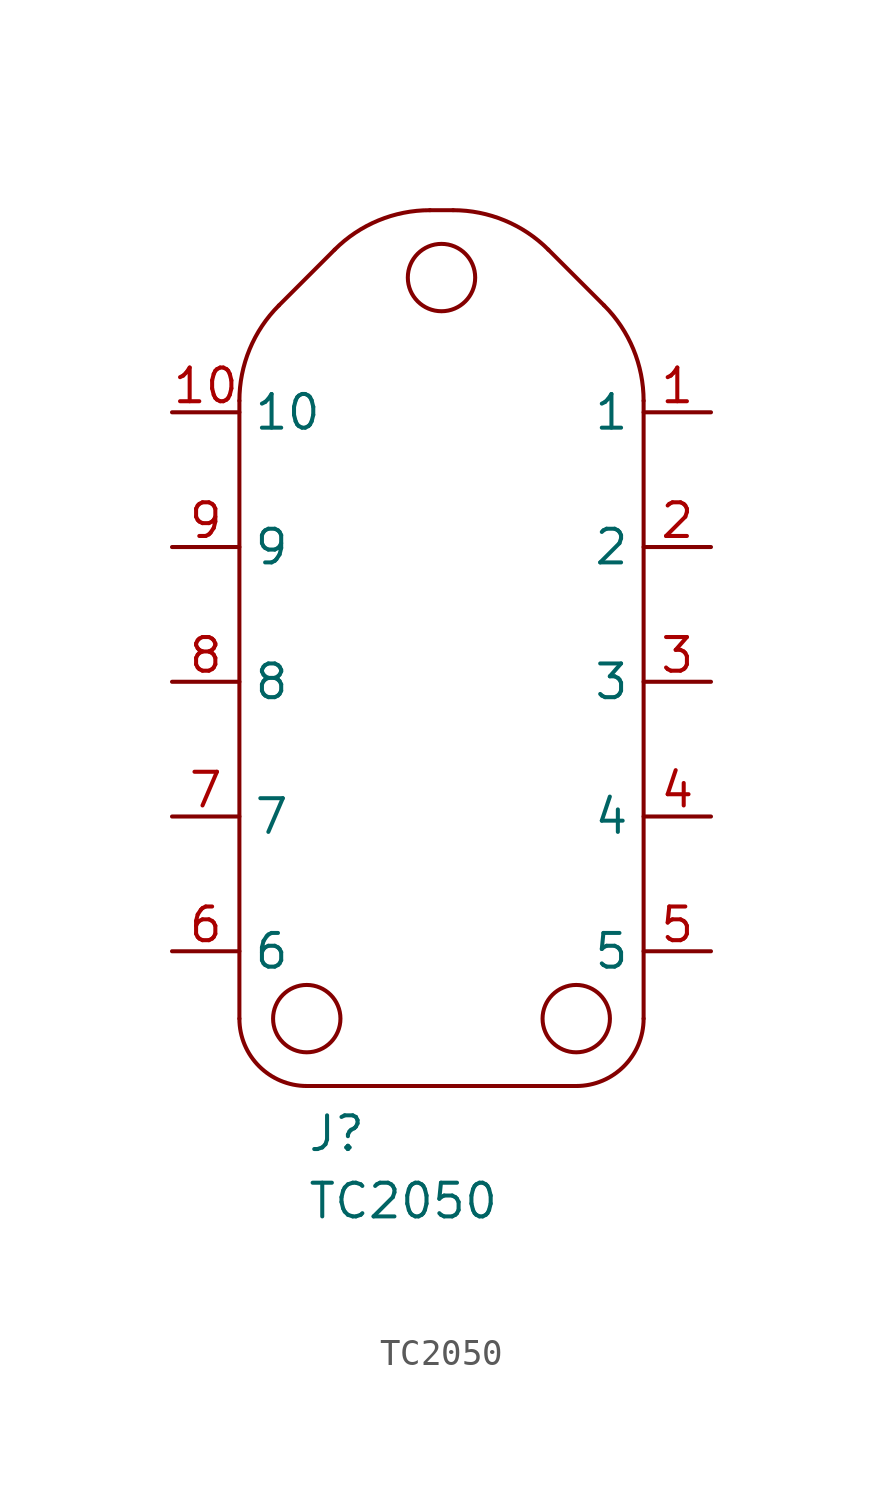
<source format=kicad_sym>
(kicad_symbol_lib
  (version 20211014)
  (generator kicad_symbol_editor)
  (symbol "TC2050"
    (pin_names)
    (property "Reference" "J"
      (at -5.08 -17.78 0)
      (effects (font (size 1.27 1.27)) (justify left bottom)))
    (property "Value" "TC2050"
      (at -5.08 -20.32 0)
      (effects (font (size 1.27 1.27)) (justify left bottom)))
    (property "Datasheet" ""
      (at 0 0 0))
    (property "ki_description" "TC2050  - Bed of Nails 10 pins Technical Specifications: Accessory Type: Adapter Cable "
      (at 0 0 0))
    (property "ki_fp_filters" "FlashPCB_Misc:TC2050-IDC FlashPCB_Misc:TC2050-IDC-NL"
      (at 0 0 0))
    (symbol "TC2050_1_1"
      (polyline (pts (xy 7.62 -12.7) (xy 7.62 10.596)) (stroke (width 0.152)) (fill (type none)))
      (arc (start 7.62 10.59579375) (mid 7.233308430732809 12.539825857411522) (end 6.132103125 14.187896875) (stroke (width 0.1524) (type default)) (fill (type none)))
      (polyline (pts (xy 6.132 14.188) (xy 4.028 16.292)) (stroke (width 0.152)) (fill (type none)))
      (arc (start 4.027896875 16.292103125) (mid 2.3798258574115225 17.39330843073281) (end 0.43579375 17.78) (stroke (width 0.1524) (type default)) (fill (type none)))
      (polyline (pts (xy 0.436 17.78) (xy -0.436 17.78)) (stroke (width 0.152)) (fill (type none)))
      (arc (start -0.43579375 17.78) (mid -2.3798258574115225 17.39330843073281) (end -4.027896875 16.292103125) (stroke (width 0.1524) (type default)) (fill (type none)))
      (polyline (pts (xy -4.028 16.292) (xy -6.132 14.188)) (stroke (width 0.152)) (fill (type none)))
      (arc (start -6.132103125 14.187896875) (mid -7.233308430732809 12.539825857411522) (end -7.62 10.59579375) (stroke (width 0.1524) (type default)) (fill (type none)))
      (polyline (pts (xy -7.62 10.596) (xy -7.62 -12.7)) (stroke (width 0.152)) (fill (type none)))
      (arc (start -7.62 -12.7) (mid -6.87605122421383 -14.49605122421383) (end -5.08 -15.24) (stroke (width 0.1524) (type default)) (fill (type none)))
      (polyline (pts (xy -5.08 -15.24) (xy 5.08 -15.24)) (stroke (width 0.152)) (fill (type none)))
      (arc (start 5.08 -15.24) (mid 6.87605122421383 -14.49605122421383) (end 7.62 -12.7) (stroke (width 0.1524) (type default)) (fill (type none)))
      (circle (center 0 15.24) (radius 1.27) (stroke (width 0.152) (type default)) (fill (type none)))
      (circle (center -5.08 -12.7) (radius 1.27) (stroke (width 0.152) (type default)) (fill (type none)))
      (circle (center 5.08 -12.7) (radius 1.27) (stroke (width 0.152) (type default)) (fill (type none)))
      (pin bidirectional line (at 10.16 10.16 180) (length 2.54) (name "1" (effects (font (size 1.27 1.27)))) (number "1" (effects (font (size 1.27 1.27)))))
      (pin bidirectional line (at 10.16 5.08 180) (length 2.54) (name "2" (effects (font (size 1.27 1.27)))) (number "2" (effects (font (size 1.27 1.27)))))
      (pin bidirectional line (at 10.16 0 180) (length 2.54) (name "3" (effects (font (size 1.27 1.27)))) (number "3" (effects (font (size 1.27 1.27)))))
      (pin bidirectional line (at 10.16 -5.08 180) (length 2.54) (name "4" (effects (font (size 1.27 1.27)))) (number "4" (effects (font (size 1.27 1.27)))))
      (pin bidirectional line (at 10.16 -10.16 180) (length 2.54) (name "5" (effects (font (size 1.27 1.27)))) (number "5" (effects (font (size 1.27 1.27)))))
      (pin bidirectional line (at -10.16 -10.16 0) (length 2.54) (name "6" (effects (font (size 1.27 1.27)))) (number "6" (effects (font (size 1.27 1.27)))))
      (pin bidirectional line (at -10.16 -5.08 0) (length 2.54) (name "7" (effects (font (size 1.27 1.27)))) (number "7" (effects (font (size 1.27 1.27)))))
      (pin bidirectional line (at -10.16 0 0) (length 2.54) (name "8" (effects (font (size 1.27 1.27)))) (number "8" (effects (font (size 1.27 1.27)))))
      (pin bidirectional line (at -10.16 5.08 0) (length 2.54) (name "9" (effects (font (size 1.27 1.27)))) (number "9" (effects (font (size 1.27 1.27)))))
      (pin bidirectional line (at -10.16 10.16 0) (length 2.54) (name "10" (effects (font (size 1.27 1.27)))) (number "10" (effects (font (size 1.27 1.27))))))))
</source>
